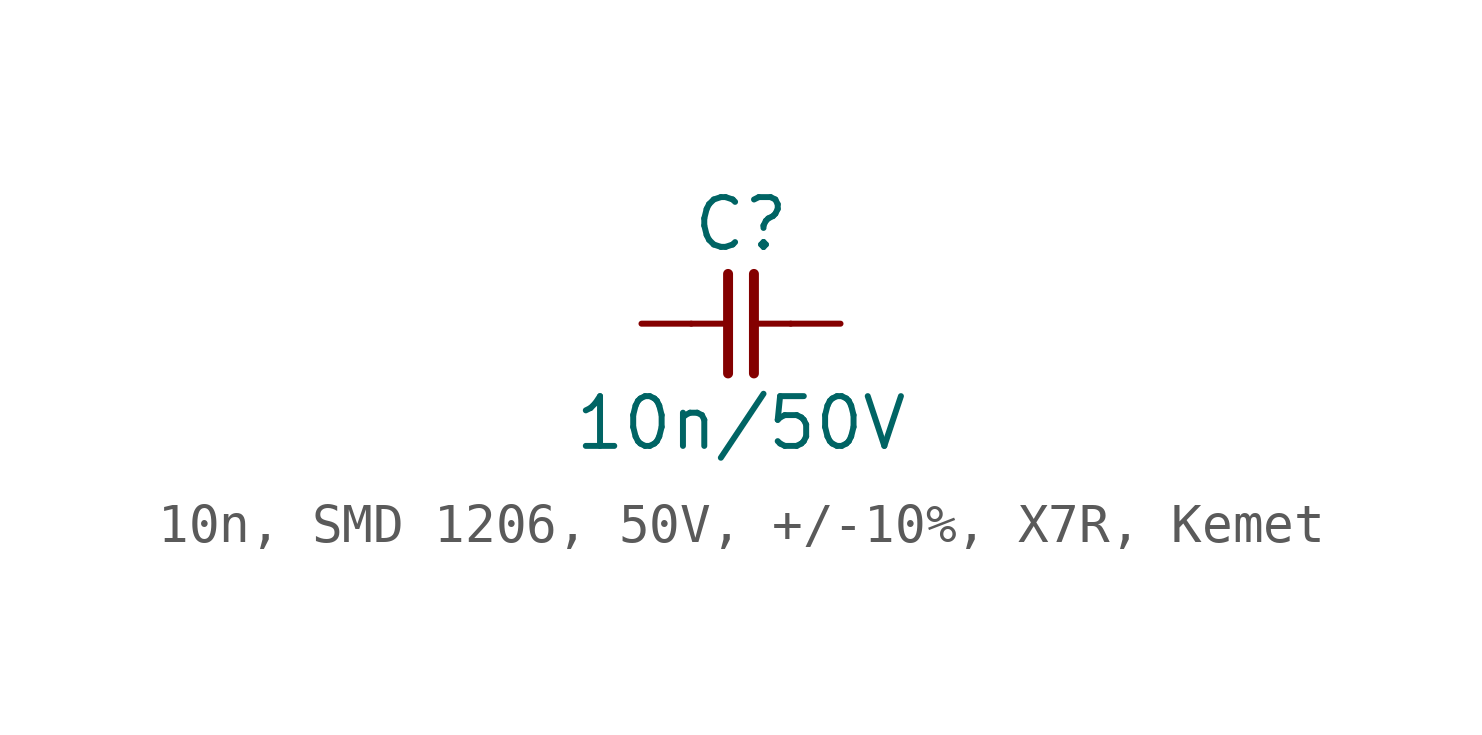
<source format=kicad_sym>
(kicad_symbol_lib
  (version 20241209)
  (generator "kicad_symbol_editor")
  (generator_version "9.0")
  (symbol "10n, SMD 1206, 50V, +/-10%, X7R, Kemet"
    (pin_numbers
      (hide yes))
    (pin_names
      (offset 0)
      (hide yes))
    (property "Reference" "C"
      (at 0 2.54 0)
      (effects (font (size 1.27 1.27))))
    (property "Value" "10n/50V"
      (at 0 -2.54 0)
      (effects (font (size 1.27 1.27))))
    (symbol "10n, SMD 1206, 50V, +/-10%, X7R, Kemet_0_1"
      (polyline (pts (xy -0.33 1.27) (xy -0.33 -1.27)) (stroke (width 0.254) (type default)) (fill (type none)))
      (polyline (pts (xy -0.318 0) (xy -1.27 0)) (stroke (width 0) (type default)) (fill (type none)))
      (polyline (pts (xy 0.33 1.27) (xy 0.33 -1.27)) (stroke (width 0.254) (type default)) (fill (type none)))
      (polyline (pts (xy 1.27 0) (xy 0.318 0)) (stroke (width 0) (type default)) (fill (type none))))
    (symbol "10n, SMD 1206, 50V, +/-10%, X7R, Kemet_1_1"
      (pin passive line (at -2.54 0 0) (length 1.27) (name "1" (effects (font (size 1.27 1.27)))) (number "1" (effects (font (size 1.27 1.27)))))
      (pin passive line (at 2.54 0 180) (length 1.27) (name "2" (effects (font (size 1.27 1.27)))) (number "2" (effects (font (size 1.27 1.27))))))))
</source>
